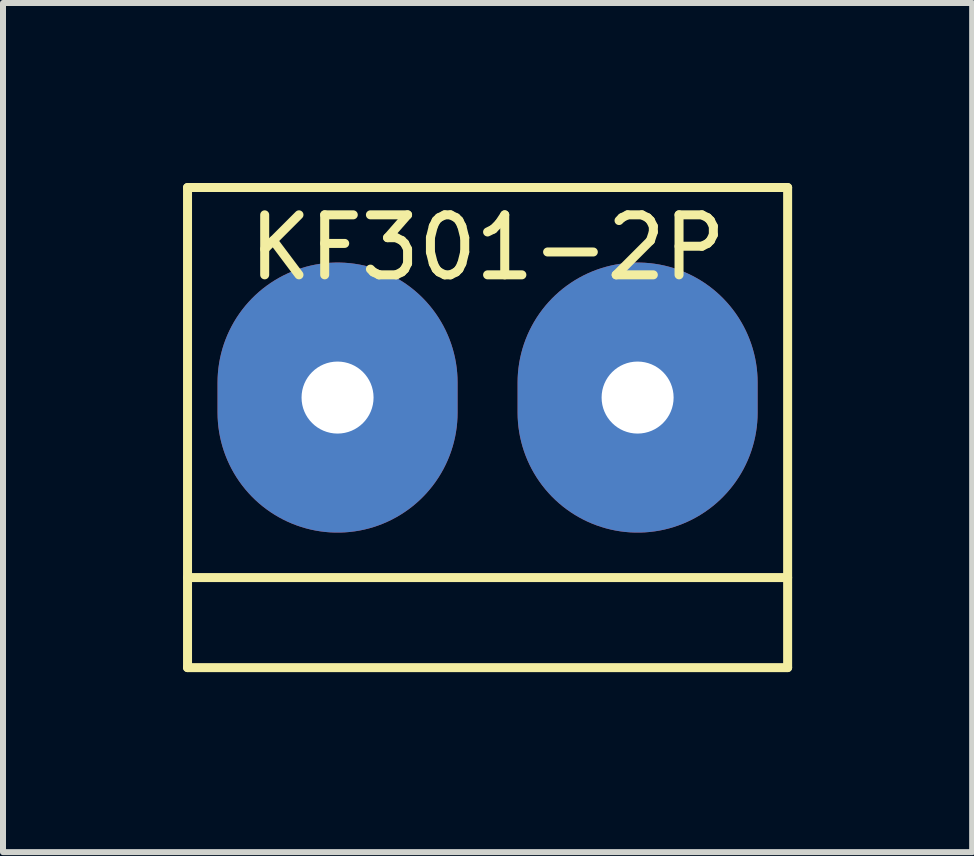
<source format=kicad_pcb>
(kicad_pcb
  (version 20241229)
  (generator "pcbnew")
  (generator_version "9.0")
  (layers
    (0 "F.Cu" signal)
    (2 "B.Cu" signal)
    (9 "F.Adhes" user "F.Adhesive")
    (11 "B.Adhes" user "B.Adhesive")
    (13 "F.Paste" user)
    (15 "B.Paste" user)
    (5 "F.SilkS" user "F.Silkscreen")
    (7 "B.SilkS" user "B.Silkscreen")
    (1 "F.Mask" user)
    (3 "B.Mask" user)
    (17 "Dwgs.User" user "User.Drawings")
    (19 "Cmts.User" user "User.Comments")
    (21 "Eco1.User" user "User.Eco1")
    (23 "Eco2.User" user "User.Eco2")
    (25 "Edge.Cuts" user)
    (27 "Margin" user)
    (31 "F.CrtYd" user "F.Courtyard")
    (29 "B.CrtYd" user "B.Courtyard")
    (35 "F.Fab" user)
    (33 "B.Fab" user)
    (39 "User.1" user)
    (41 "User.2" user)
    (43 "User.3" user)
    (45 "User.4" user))
  (footprint "KF301-2P"
    (layer "F.Cu")
    (at 5.075 3.575)
    (property "Reference" "KF301-2P" (at 0 -2.5 0) (layer "F.SilkS") (effects (font (size 1 1) (thickness 0.15))))
    (attr through_hole)
    (fp_line (start -5 -3.5) (end -5 4.5) (stroke (width 0.15) (type solid)) (layer "F.SilkS"))
    (fp_line (start -5 -3.5) (end 5 -3.5) (stroke (width 0.15) (type solid)) (layer "F.SilkS"))
    (fp_line (start -5 3) (end 5 3) (stroke (width 0.15) (type solid)) (layer "F.SilkS"))
    (fp_line (start -5 4.5) (end 5 4.5) (stroke (width 0.15) (type solid)) (layer "F.SilkS"))
    (fp_line (start 5 -3.5) (end 5 4.5) (stroke (width 0.15) (type solid)) (layer "F.SilkS"))
    (pad "1" thru_hole oval (at -2.5 0) (size 4 4.5) (drill 1.2) (layers "*.Cu" "*.Mask"))
    (pad "2" thru_hole oval (at 2.5 0) (size 4 4.5) (drill 1.2) (layers "*.Cu" "*.Mask")))
  (gr_rect
    (start -3 -3)
    (end 13.15 11.15)
    (stroke (width 0.1) (type default))
    (fill no)
    (layer "Edge.Cuts")))
</source>
